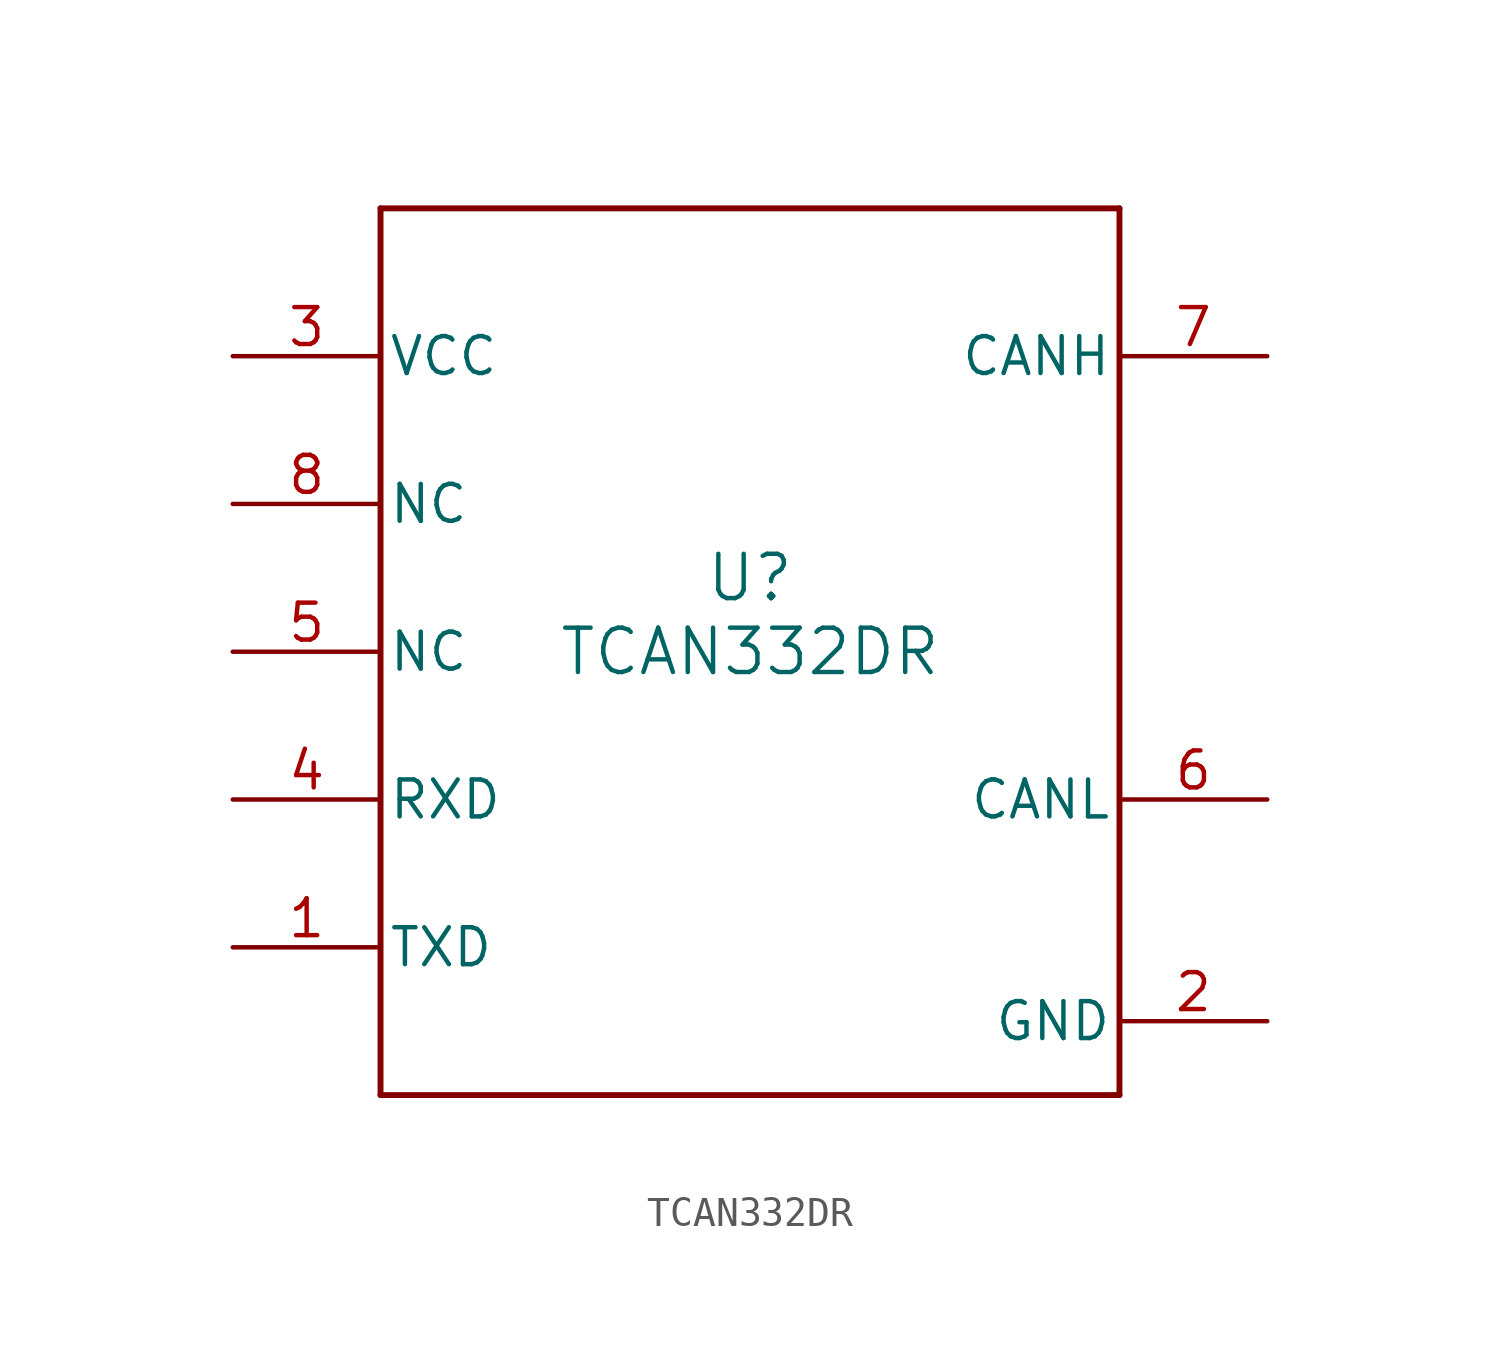
<source format=kicad_sym>
(kicad_symbol_lib
  (version 20211014)
  (generator kicad_symbol_editor)
  (symbol "TCAN332DR"
    (pin_names
      (offset 0.254))
    (property "Reference" "U"
      (at 0 2.54 0)
      (effects (font (size 1.524 1.524))))
    (property "Value" "TCAN332DR"
      (at 0 0 0)
      (effects (font (size 1.524 1.524))))
    (symbol "TCAN332DR_0_1"
      (polyline (pts (xy -12.7 -15.24) (xy 12.7 -15.24)) (stroke (width 0.203) (type default) (color 0 0 0 0)) (fill (type none)))
      (polyline (pts (xy 12.7 -15.24) (xy 12.7 15.24)) (stroke (width 0.203) (type default) (color 0 0 0 0)) (fill (type none)))
      (polyline (pts (xy 12.7 15.24) (xy -12.7 15.24)) (stroke (width 0.203) (type default) (color 0 0 0 0)) (fill (type none)))
      (polyline (pts (xy -12.7 15.24) (xy -12.7 -15.24)) (stroke (width 0.203) (type default) (color 0 0 0 0)) (fill (type none)))
      (pin input line (at -17.78 -10.16 0) (length 5.08) (name "TXD" (effects (font (size 1.27 1.27)))) (number "1" (effects (font (size 1.27 1.27)))))
      (pin power_in line (at 17.78 -12.7 180) (length 5.08) (name "GND" (effects (font (size 1.27 1.27)))) (number "2" (effects (font (size 1.27 1.27)))))
      (pin power_in line (at -17.78 10.16 0) (length 5.08) (name "VCC" (effects (font (size 1.27 1.27)))) (number "3" (effects (font (size 1.27 1.27)))))
      (pin output line (at -17.78 -5.08 0) (length 5.08) (name "RXD" (effects (font (size 1.27 1.27)))) (number "4" (effects (font (size 1.27 1.27)))))
      (pin unspecified line (at -17.78 0 0) (length 5.08) (name "NC" (effects (font (size 1.27 1.27)))) (number "5" (effects (font (size 1.27 1.27)))))
      (pin bidirectional line (at 17.78 -5.08 180) (length 5.08) (name "CANL" (effects (font (size 1.27 1.27)))) (number "6" (effects (font (size 1.27 1.27)))))
      (pin bidirectional line (at 17.78 10.16 180) (length 5.08) (name "CANH" (effects (font (size 1.27 1.27)))) (number "7" (effects (font (size 1.27 1.27)))))
      (pin unspecified line (at -17.78 5.08 0) (length 5.08) (name "NC" (effects (font (size 1.27 1.27)))) (number "8" (effects (font (size 1.27 1.27))))))))
</source>
